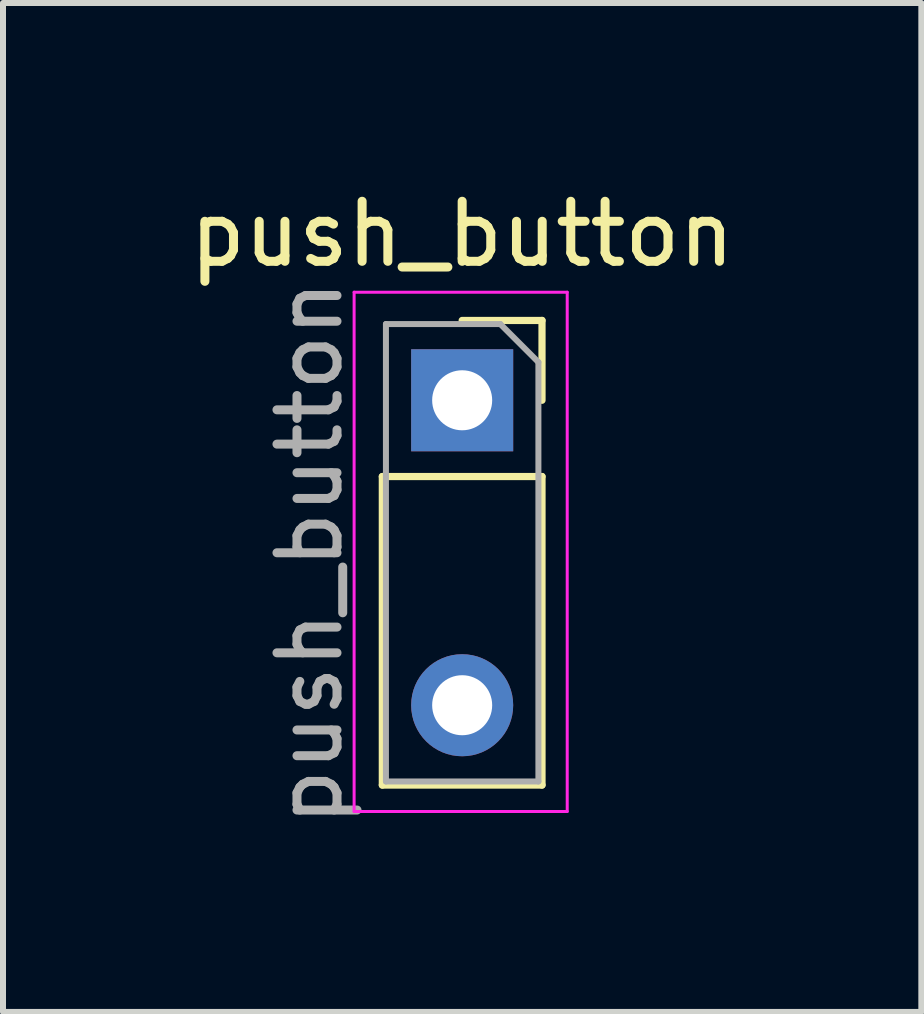
<source format=kicad_pcb>
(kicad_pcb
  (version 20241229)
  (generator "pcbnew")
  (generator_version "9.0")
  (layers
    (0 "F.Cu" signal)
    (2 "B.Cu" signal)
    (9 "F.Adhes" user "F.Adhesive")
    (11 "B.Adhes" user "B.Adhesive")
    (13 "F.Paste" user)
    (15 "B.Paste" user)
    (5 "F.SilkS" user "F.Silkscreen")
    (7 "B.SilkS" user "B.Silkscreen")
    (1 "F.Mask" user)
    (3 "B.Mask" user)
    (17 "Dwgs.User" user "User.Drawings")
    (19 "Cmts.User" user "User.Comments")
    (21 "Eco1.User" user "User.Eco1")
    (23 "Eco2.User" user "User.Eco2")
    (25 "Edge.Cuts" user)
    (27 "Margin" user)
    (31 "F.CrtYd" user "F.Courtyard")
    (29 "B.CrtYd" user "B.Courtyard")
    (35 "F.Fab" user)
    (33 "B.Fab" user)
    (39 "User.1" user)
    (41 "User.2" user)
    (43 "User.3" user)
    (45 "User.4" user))
  (footprint "push_button"
    (layer "F.Cu")
    (at 4.649 3.618)
    (property "Reference" "push_button" (at 0 -2.77 0) (layer "F.SilkS") (effects (font (size 1 1) (thickness 0.15))))
    (attr through_hole)
    (fp_line (start -1.33 1.27) (end -1.33 6.41) (stroke (width 0.12) (type solid)) (layer "F.SilkS"))
    (fp_line (start -1.33 1.27) (end 1.33 1.27) (stroke (width 0.12) (type solid)) (layer "F.SilkS"))
    (fp_line (start -1.33 6.41) (end 1.33 6.41) (stroke (width 0.12) (type solid)) (layer "F.SilkS"))
    (fp_line (start 0 -1.33) (end 1.33 -1.33) (stroke (width 0.12) (type solid)) (layer "F.SilkS"))
    (fp_line (start 1.33 -1.33) (end 1.33 0) (stroke (width 0.12) (type solid)) (layer "F.SilkS"))
    (fp_line (start 1.33 1.27) (end 1.33 6.41) (stroke (width 0.12) (type solid)) (layer "F.SilkS"))
    (fp_line (start -1.8 -1.8) (end 1.75 -1.8) (stroke (width 0.05) (type solid)) (layer "F.CrtYd"))
    (fp_line (start -1.8 6.85) (end -1.8 -1.8) (stroke (width 0.05) (type solid)) (layer "F.CrtYd"))
    (fp_line (start 1.75 -1.8) (end 1.75 6.85) (stroke (width 0.05) (type solid)) (layer "F.CrtYd"))
    (fp_line (start 1.75 6.85) (end -1.8 6.85) (stroke (width 0.05) (type solid)) (layer "F.CrtYd"))
    (fp_line (start -1.27 -1.27) (end 0.635 -1.27) (stroke (width 0.1) (type solid)) (layer "F.Fab"))
    (fp_line (start -1.27 6.35) (end -1.27 -1.27) (stroke (width 0.1) (type solid)) (layer "F.Fab"))
    (fp_line (start 0.635 -1.27) (end 1.27 -0.635) (stroke (width 0.1) (type solid)) (layer "F.Fab"))
    (fp_line (start 1.27 -0.635) (end 1.27 6.35) (stroke (width 0.1) (type solid)) (layer "F.Fab"))
    (fp_line (start 1.27 6.35) (end -1.27 6.35) (stroke (width 0.1) (type solid)) (layer "F.Fab"))
    (fp_text user "${REFERENCE}" (at -2.54 2.54 90) (layer "F.Fab") (effects (font (size 1 1) (thickness 0.15))))
    (pad "1" thru_hole rect (at 0 0) (size 1.7 1.7) (drill 1) (layers "*.Cu" "*.Mask"))
    (pad "2" thru_hole oval (at 0 5.08) (size 1.7 1.7) (drill 1) (layers "*.Cu" "*.Mask")))
  (gr_rect
    (start -3 -3)
    (end 12.298 13.807)
    (stroke (width 0.1) (type default))
    (fill no)
    (layer "Edge.Cuts")))
</source>
